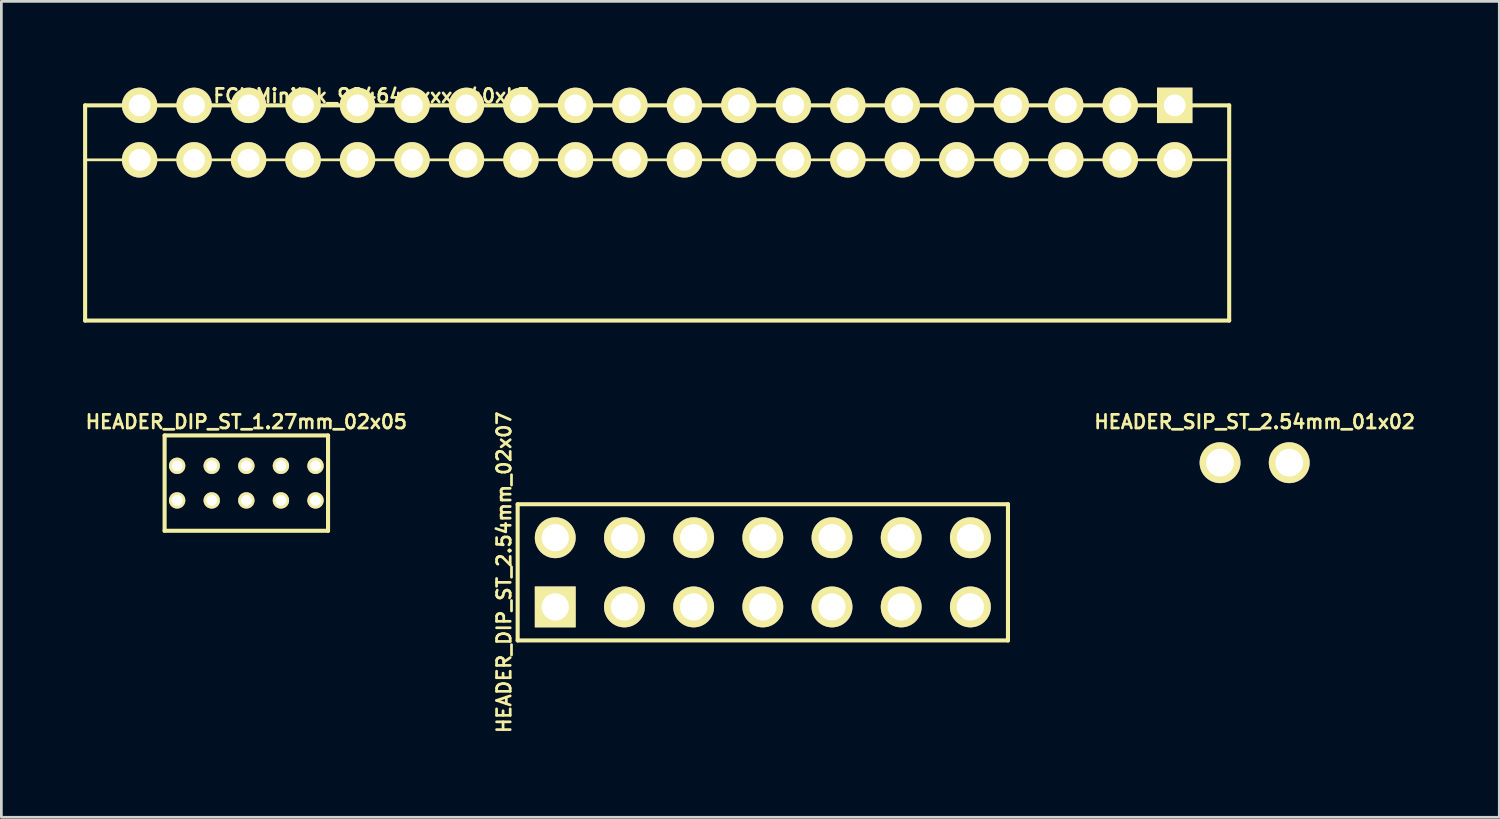
<source format=kicad_pcb>
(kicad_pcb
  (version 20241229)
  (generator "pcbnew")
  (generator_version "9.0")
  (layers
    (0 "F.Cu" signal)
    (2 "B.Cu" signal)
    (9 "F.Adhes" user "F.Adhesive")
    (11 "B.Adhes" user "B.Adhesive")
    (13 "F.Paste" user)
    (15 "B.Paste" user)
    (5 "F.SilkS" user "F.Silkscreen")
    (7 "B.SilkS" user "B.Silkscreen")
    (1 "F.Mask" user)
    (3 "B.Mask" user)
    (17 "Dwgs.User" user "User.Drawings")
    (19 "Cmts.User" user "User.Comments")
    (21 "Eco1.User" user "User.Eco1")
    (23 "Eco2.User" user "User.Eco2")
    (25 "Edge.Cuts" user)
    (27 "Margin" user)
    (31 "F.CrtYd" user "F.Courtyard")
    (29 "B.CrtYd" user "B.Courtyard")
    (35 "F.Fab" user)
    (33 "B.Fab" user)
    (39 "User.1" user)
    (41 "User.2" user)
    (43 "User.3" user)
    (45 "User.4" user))
  (footprint "HEADER_DIP_ST_1.27mm_02x05"
    (layer "F.Cu")
    (at 5.993 14.686)
    (property "Reference" "HEADER_DIP_ST_1.27mm_02x05" (at 0 -2.25 0) (layer "F.SilkS") (effects (font (size 0.5 0.5) (thickness 0.1))))
    (attr through_hole)
    (fp_line (start -3 -1.75) (end 3 -1.75) (stroke (width 0.15) (type solid)) (layer "F.SilkS"))
    (fp_line (start -3 1.75) (end -3 -1.75) (stroke (width 0.15) (type solid)) (layer "F.SilkS"))
    (fp_line (start 3 -1.75) (end 3 1.75) (stroke (width 0.15) (type solid)) (layer "F.SilkS"))
    (fp_line (start 3 1.75) (end -3 1.75) (stroke (width 0.15) (type solid)) (layer "F.SilkS"))
    (pad "1" thru_hole circle (at -2.54 -0.635) (size 0.6 0.6) (drill 0.4) (layers "*.Cu" "*.Mask" "F.SilkS"))
    (pad "2" thru_hole circle (at -1.27 -0.635) (size 0.6 0.6) (drill 0.4) (layers "*.Cu" "*.Mask" "F.SilkS"))
    (pad "3" thru_hole circle (at 0 -0.635) (size 0.6 0.6) (drill 0.4) (layers "*.Cu" "*.Mask" "F.SilkS"))
    (pad "4" thru_hole circle (at 1.27 -0.635) (size 0.6 0.6) (drill 0.4) (layers "*.Cu" "*.Mask" "F.SilkS"))
    (pad "5" thru_hole circle (at 2.54 -0.635) (size 0.6 0.6) (drill 0.4) (layers "*.Cu" "*.Mask" "F.SilkS"))
    (pad "6" thru_hole circle (at -2.54 0.635) (size 0.6 0.6) (drill 0.4) (layers "*.Cu" "*.Mask" "F.SilkS"))
    (pad "7" thru_hole circle (at -1.27 0.635) (size 0.6 0.6) (drill 0.4) (layers "*.Cu" "*.Mask" "F.SilkS"))
    (pad "8" thru_hole circle (at 0 0.635) (size 0.6 0.6) (drill 0.4) (layers "*.Cu" "*.Mask" "F.SilkS"))
    (pad "9" thru_hole circle (at 1.27 0.635) (size 0.6 0.6) (drill 0.4) (layers "*.Cu" "*.Mask" "F.SilkS"))
    (pad "10" thru_hole circle (at 2.54 0.635) (size 0.6 0.6) (drill 0.4) (layers "*.Cu" "*.Mask" "F.SilkS")))
  (footprint "HEADER_SIP_ST_2.54mm_01x02"
    (layer "F.Cu")
    (at 43.01 13.936)
    (property "Reference" "HEADER_SIP_ST_2.54mm_01x02" (at 0 -1.5 0) (layer "F.SilkS") (effects (font (size 0.5 0.5) (thickness 0.1))))
    (attr through_hole)
    (pad "1" thru_hole circle (at -1.27 0) (size 1.5 1.5) (drill 1.02) (layers "*.Cu" "*.Mask" "F.SilkS"))
    (pad "2" thru_hole circle (at 1.27 0) (size 1.5 1.5) (drill 1.02) (layers "*.Cu" "*.Mask" "F.SilkS")))
  (footprint "HEADER_DIP_ST_2.54mm_02x07"
    (layer "F.Cu")
    (at 24.954 17.961)
    (property "Reference" "HEADER_DIP_ST_2.54mm_02x07" (at -9.5 0 90) (layer "F.SilkS") (effects (font (size 0.5 0.5) (thickness 0.1))))
    (attr through_hole)
    (fp_line (start -9 -2.5) (end 9 -2.5) (stroke (width 0.15) (type solid)) (layer "F.SilkS"))
    (fp_line (start -9 2.5) (end -9 -2.5) (stroke (width 0.15) (type solid)) (layer "F.SilkS"))
    (fp_line (start 9 -2.5) (end 9 2.5) (stroke (width 0.15) (type solid)) (layer "F.SilkS"))
    (fp_line (start 9 2.5) (end -9 2.5) (stroke (width 0.15) (type solid)) (layer "F.SilkS"))
    (pad "1" thru_hole rect (at -7.62 1.27 90) (size 1.5 1.5) (drill 1) (layers "*.Cu" "*.Mask" "F.SilkS"))
    (pad "2" thru_hole circle (at -7.62 -1.27 90) (size 1.5 1.5) (drill 1) (layers "*.Cu" "*.Mask" "F.SilkS"))
    (pad "3" thru_hole circle (at -5.08 1.27 90) (size 1.5 1.5) (drill 1) (layers "*.Cu" "*.Mask" "F.SilkS"))
    (pad "4" thru_hole circle (at -5.08 -1.27 90) (size 1.5 1.5) (drill 1) (layers "*.Cu" "*.Mask" "F.SilkS"))
    (pad "5" thru_hole circle (at -2.54 1.27 90) (size 1.5 1.5) (drill 1) (layers "*.Cu" "*.Mask" "F.SilkS"))
    (pad "6" thru_hole circle (at -2.54 -1.27 90) (size 1.5 1.5) (drill 1) (layers "*.Cu" "*.Mask" "F.SilkS"))
    (pad "7" thru_hole circle (at 0 1.27 90) (size 1.5 1.5) (drill 1) (layers "*.Cu" "*.Mask" "F.SilkS"))
    (pad "8" thru_hole circle (at 0 -1.27 90) (size 1.5 1.5) (drill 1) (layers "*.Cu" "*.Mask" "F.SilkS"))
    (pad "9" thru_hole circle (at 2.54 1.27 90) (size 1.5 1.5) (drill 1) (layers "*.Cu" "*.Mask" "F.SilkS"))
    (pad "10" thru_hole circle (at 2.54 -1.27 90) (size 1.5 1.5) (drill 1) (layers "*.Cu" "*.Mask" "F.SilkS"))
    (pad "11" thru_hole circle (at 5.08 1.27 90) (size 1.5 1.5) (drill 1) (layers "*.Cu" "*.Mask" "F.SilkS"))
    (pad "12" thru_hole circle (at 5.08 -1.27 90) (size 1.5 1.5) (drill 1) (layers "*.Cu" "*.Mask" "F.SilkS"))
    (pad "13" thru_hole circle (at 7.62 1.27 90) (size 1.5 1.5) (drill 1) (layers "*.Cu" "*.Mask" "F.SilkS"))
    (pad "14" thru_hole circle (at 7.62 -1.27 90) (size 1.5 1.5) (drill 1) (layers "*.Cu" "*.Mask" "F.SilkS")))
  (footprint "FCI_Minitek_98464-xxx-40xLF"
    (layer "F.Cu")
    (at 21.075 8.718)
    (property "Reference" "FCI_Minitek_98464-xxx-40xLF" (at -10.5 -8.25 0) (layer "F.SilkS") (effects (font (size 0.5 0.5) (thickness 0.1))))
    (attr through_hole)
    (fp_line (start -21 -7.9) (end 21 -7.9) (stroke (width 0.15) (type solid)) (layer "F.SilkS"))
    (fp_line (start -21 0) (end -21 -7.9) (stroke (width 0.15) (type solid)) (layer "F.SilkS"))
    (fp_line (start 21 -5.9) (end -21 -5.9) (stroke (width 0.1) (type solid)) (layer "F.SilkS"))
    (fp_line (start 21 0) (end -21 0) (stroke (width 0.15) (type solid)) (layer "F.SilkS"))
    (fp_line (start 21 0) (end 21 -7.9) (stroke (width 0.15) (type solid)) (layer "F.SilkS"))
    (pad "1" thru_hole rect (at 19 -7.9 180) (size 1.3 1.3) (drill 0.8) (layers "*.Cu" "*.Mask" "F.SilkS"))
    (pad "2" thru_hole circle (at 19 -5.9 180) (size 1.3 1.3) (drill 0.8) (layers "*.Cu" "*.Mask" "F.SilkS"))
    (pad "3" thru_hole circle (at 17 -7.9 180) (size 1.3 1.3) (drill 0.8) (layers "*.Cu" "*.Mask" "F.SilkS"))
    (pad "4" thru_hole circle (at 17 -5.9 180) (size 1.3 1.3) (drill 0.8) (layers "*.Cu" "*.Mask" "F.SilkS"))
    (pad "5" thru_hole circle (at 15 -7.9 180) (size 1.3 1.3) (drill 0.8) (layers "*.Cu" "*.Mask" "F.SilkS"))
    (pad "6" thru_hole circle (at 15 -5.9 180) (size 1.3 1.3) (drill 0.8) (layers "*.Cu" "*.Mask" "F.SilkS"))
    (pad "7" thru_hole circle (at 13 -7.9 180) (size 1.3 1.3) (drill 0.8) (layers "*.Cu" "*.Mask" "F.SilkS"))
    (pad "8" thru_hole circle (at 13 -5.9 180) (size 1.3 1.3) (drill 0.8) (layers "*.Cu" "*.Mask" "F.SilkS"))
    (pad "9" thru_hole circle (at 11 -7.9 180) (size 1.3 1.3) (drill 0.8) (layers "*.Cu" "*.Mask" "F.SilkS"))
    (pad "10" thru_hole circle (at 11 -5.9 180) (size 1.3 1.3) (drill 0.8) (layers "*.Cu" "*.Mask" "F.SilkS"))
    (pad "11" thru_hole circle (at 9 -7.9 180) (size 1.3 1.3) (drill 0.8) (layers "*.Cu" "*.Mask" "F.SilkS"))
    (pad "12" thru_hole circle (at 9 -5.9 180) (size 1.3 1.3) (drill 0.8) (layers "*.Cu" "*.Mask" "F.SilkS"))
    (pad "13" thru_hole circle (at 7 -7.9 180) (size 1.3 1.3) (drill 0.8) (layers "*.Cu" "*.Mask" "F.SilkS"))
    (pad "14" thru_hole circle (at 7 -5.9 180) (size 1.3 1.3) (drill 0.8) (layers "*.Cu" "*.Mask" "F.SilkS"))
    (pad "15" thru_hole circle (at 5 -7.9 180) (size 1.3 1.3) (drill 0.8) (layers "*.Cu" "*.Mask" "F.SilkS"))
    (pad "16" thru_hole circle (at 5 -5.9 180) (size 1.3 1.3) (drill 0.8) (layers "*.Cu" "*.Mask" "F.SilkS"))
    (pad "17" thru_hole circle (at 3 -7.9 180) (size 1.3 1.3) (drill 0.8) (layers "*.Cu" "*.Mask" "F.SilkS"))
    (pad "18" thru_hole circle (at 3 -5.9 180) (size 1.3 1.3) (drill 0.8) (layers "*.Cu" "*.Mask" "F.SilkS"))
    (pad "19" thru_hole circle (at 1 -7.9 180) (size 1.3 1.3) (drill 0.8) (layers "*.Cu" "*.Mask" "F.SilkS"))
    (pad "20" thru_hole circle (at 1 -5.9 180) (size 1.3 1.3) (drill 0.8) (layers "*.Cu" "*.Mask" "F.SilkS"))
    (pad "21" thru_hole circle (at -1 -7.9 180) (size 1.3 1.3) (drill 0.8) (layers "*.Cu" "*.Mask" "F.SilkS"))
    (pad "22" thru_hole circle (at -1 -5.9 180) (size 1.3 1.3) (drill 0.8) (layers "*.Cu" "*.Mask" "F.SilkS"))
    (pad "23" thru_hole circle (at -3 -7.9 180) (size 1.3 1.3) (drill 0.8) (layers "*.Cu" "*.Mask" "F.SilkS"))
    (pad "24" thru_hole circle (at -3 -5.9 180) (size 1.3 1.3) (drill 0.8) (layers "*.Cu" "*.Mask" "F.SilkS"))
    (pad "25" thru_hole circle (at -5 -7.9 180) (size 1.3 1.3) (drill 0.8) (layers "*.Cu" "*.Mask" "F.SilkS"))
    (pad "26" thru_hole circle (at -5 -5.9 180) (size 1.3 1.3) (drill 0.8) (layers "*.Cu" "*.Mask" "F.SilkS"))
    (pad "27" thru_hole circle (at -7 -7.9 180) (size 1.3 1.3) (drill 0.8) (layers "*.Cu" "*.Mask" "F.SilkS"))
    (pad "28" thru_hole circle (at -7 -5.9 180) (size 1.3 1.3) (drill 0.8) (layers "*.Cu" "*.Mask" "F.SilkS"))
    (pad "29" thru_hole circle (at -9 -7.9 180) (size 1.3 1.3) (drill 0.8) (layers "*.Cu" "*.Mask" "F.SilkS"))
    (pad "30" thru_hole circle (at -9 -5.9 180) (size 1.3 1.3) (drill 0.8) (layers "*.Cu" "*.Mask" "F.SilkS"))
    (pad "31" thru_hole circle (at -11 -7.9 180) (size 1.3 1.3) (drill 0.8) (layers "*.Cu" "*.Mask" "F.SilkS"))
    (pad "32" thru_hole circle (at -11 -5.9 180) (size 1.3 1.3) (drill 0.8) (layers "*.Cu" "*.Mask" "F.SilkS"))
    (pad "33" thru_hole circle (at -13 -7.9 180) (size 1.3 1.3) (drill 0.8) (layers "*.Cu" "*.Mask" "F.SilkS"))
    (pad "34" thru_hole circle (at -13 -5.9 180) (size 1.3 1.3) (drill 0.8) (layers "*.Cu" "*.Mask" "F.SilkS"))
    (pad "35" thru_hole circle (at -15 -7.9 180) (size 1.3 1.3) (drill 0.8) (layers "*.Cu" "*.Mask" "F.SilkS"))
    (pad "36" thru_hole circle (at -15 -5.9 180) (size 1.3 1.3) (drill 0.8) (layers "*.Cu" "*.Mask" "F.SilkS"))
    (pad "37" thru_hole circle (at -17 -7.9 180) (size 1.3 1.3) (drill 0.8) (layers "*.Cu" "*.Mask" "F.SilkS"))
    (pad "38" thru_hole circle (at -17 -5.9 180) (size 1.3 1.3) (drill 0.8) (layers "*.Cu" "*.Mask" "F.SilkS"))
    (pad "39" thru_hole circle (at -19 -7.9 180) (size 1.3 1.3) (drill 0.8) (layers "*.Cu" "*.Mask" "F.SilkS"))
    (pad "40" thru_hole circle (at -19 -5.9 180) (size 1.3 1.3) (drill 0.8) (layers "*.Cu" "*.Mask" "F.SilkS")))
  (gr_rect
    (start -3 -3)
    (end 51.991 26.954)
    (stroke (width 0.1) (type default))
    (fill no)
    (layer "Edge.Cuts")))
</source>
